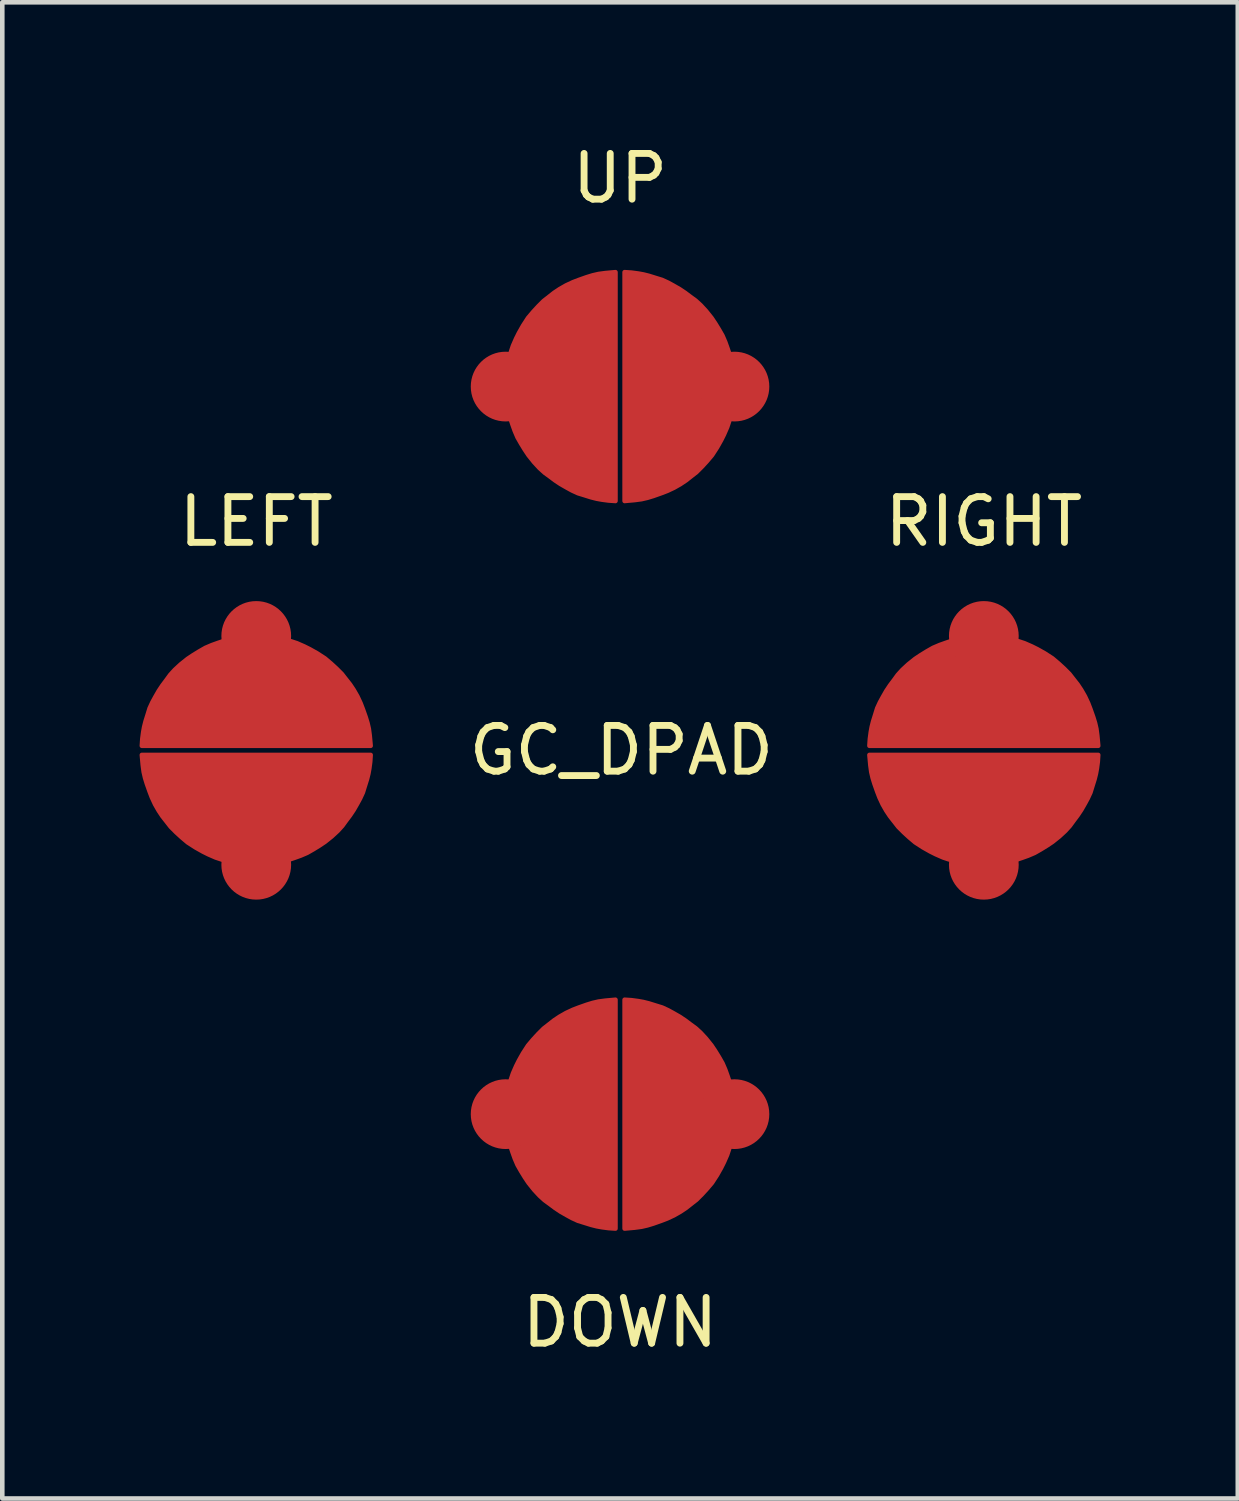
<source format=kicad_pcb>
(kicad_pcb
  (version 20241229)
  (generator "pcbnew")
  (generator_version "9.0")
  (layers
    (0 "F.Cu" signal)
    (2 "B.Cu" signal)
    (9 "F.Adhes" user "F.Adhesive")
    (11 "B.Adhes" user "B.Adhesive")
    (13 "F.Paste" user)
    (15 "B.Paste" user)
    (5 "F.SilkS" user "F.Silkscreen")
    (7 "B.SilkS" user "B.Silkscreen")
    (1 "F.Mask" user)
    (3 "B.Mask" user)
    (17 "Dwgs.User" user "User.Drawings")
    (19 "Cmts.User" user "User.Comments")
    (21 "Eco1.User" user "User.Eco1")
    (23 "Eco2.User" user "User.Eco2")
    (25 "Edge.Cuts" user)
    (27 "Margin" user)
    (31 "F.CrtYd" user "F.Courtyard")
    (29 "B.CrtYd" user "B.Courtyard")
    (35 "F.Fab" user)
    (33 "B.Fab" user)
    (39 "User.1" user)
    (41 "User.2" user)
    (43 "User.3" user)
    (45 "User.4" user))
  (footprint "GC_DPAD"
    (layer "F.Cu")
    (at 10.5 13.348)
    (property "Reference" "GC_DPAD" (at 0.03 0 0) (layer "F.SilkS") (effects (font (size 1 1) (thickness 0.15))))
    (attr through_hole)
    (fp_poly (pts (xy -10.45 -0.1) (xy -10.44 -0.25) (xy -10.42 -0.4) (xy -10.4 -0.51) (xy -10.37 -0.63) (xy -10.32 -0.79) (xy -10.28 -0.92) (xy -10.22 -1.05) (xy -10.16 -1.16) (xy -10.08 -1.3) (xy -10 -1.42) (xy -9.91 -1.54) (xy -9.83 -1.65) (xy -9.73 -1.76) (xy -9.6 -1.88) (xy -9.45 -2) (xy -9.33 -2.08) (xy -9.2 -2.16) (xy -9.06 -2.24) (xy -8.92 -2.3) (xy -8.78 -2.35) (xy -8.63 -2.4) (xy -8.46 -2.44) (xy -8.29 -2.47) (xy -8.19 -2.49) (xy -8.09 -2.5) (xy -7.95 -2.5) (xy -7.82 -2.5) (xy -7.59 -2.48) (xy -7.46 -2.45) (xy -7.32 -2.42) (xy -7.18 -2.38) (xy -7.06 -2.34) (xy -6.9 -2.27) (xy -6.78 -2.21) (xy -6.62 -2.12) (xy -6.45 -2.01) (xy -6.32 -1.9) (xy -6.2 -1.79) (xy -6.08 -1.67) (xy -6.01 -1.58) (xy -5.9 -1.44) (xy -5.82 -1.32) (xy -5.74 -1.18) (xy -5.67 -1.03) (xy -5.62 -0.9) (xy -5.56 -0.73) (xy -5.52 -0.6) (xy -5.49 -0.47) (xy -5.47 -0.32) (xy -5.46 -0.21) (xy -5.45 -0.1)) (stroke (width 0.1) (type solid)) (fill yes) (layer "F.Cu"))
    (fp_poly (pts (xy -5.45 0.1) (xy -5.46 0.25) (xy -5.48 0.4) (xy -5.5 0.51) (xy -5.53 0.63) (xy -5.58 0.79) (xy -5.62 0.92) (xy -5.68 1.05) (xy -5.74 1.16) (xy -5.82 1.3) (xy -5.9 1.42) (xy -5.99 1.54) (xy -6.07 1.65) (xy -6.17 1.76) (xy -6.3 1.88) (xy -6.45 2) (xy -6.57 2.08) (xy -6.7 2.16) (xy -6.84 2.24) (xy -6.98 2.3) (xy -7.12 2.35) (xy -7.27 2.4) (xy -7.44 2.44) (xy -7.61 2.47) (xy -7.71 2.49) (xy -7.81 2.5) (xy -7.95 2.5) (xy -8.08 2.5) (xy -8.31 2.48) (xy -8.44 2.45) (xy -8.58 2.42) (xy -8.72 2.38) (xy -8.84 2.34) (xy -9 2.27) (xy -9.12 2.21) (xy -9.28 2.12) (xy -9.45 2.01) (xy -9.58 1.9) (xy -9.7 1.79) (xy -9.82 1.67) (xy -9.89 1.58) (xy -10 1.44) (xy -10.08 1.32) (xy -10.16 1.18) (xy -10.23 1.03) (xy -10.28 0.9) (xy -10.34 0.73) (xy -10.38 0.6) (xy -10.41 0.47) (xy -10.43 0.32) (xy -10.44 0.21) (xy -10.45 0.1)) (stroke (width 0.1) (type solid)) (fill yes) (layer "F.Cu"))
    (fp_poly (pts (xy -0.1 -5.45) (xy -0.25 -5.46) (xy -0.4 -5.48) (xy -0.51 -5.5) (xy -0.63 -5.53) (xy -0.79 -5.58) (xy -0.92 -5.62) (xy -1.05 -5.68) (xy -1.16 -5.74) (xy -1.3 -5.82) (xy -1.42 -5.9) (xy -1.54 -5.99) (xy -1.65 -6.07) (xy -1.76 -6.17) (xy -1.88 -6.3) (xy -2 -6.45) (xy -2.08 -6.57) (xy -2.16 -6.7) (xy -2.24 -6.84) (xy -2.3 -6.98) (xy -2.35 -7.12) (xy -2.4 -7.27) (xy -2.44 -7.44) (xy -2.47 -7.61) (xy -2.49 -7.71) (xy -2.5 -7.81) (xy -2.5 -7.95) (xy -2.5 -8.08) (xy -2.48 -8.31) (xy -2.45 -8.44) (xy -2.42 -8.58) (xy -2.38 -8.72) (xy -2.34 -8.84) (xy -2.27 -9) (xy -2.21 -9.12) (xy -2.12 -9.28) (xy -2.01 -9.45) (xy -1.9 -9.58) (xy -1.79 -9.7) (xy -1.67 -9.82) (xy -1.58 -9.89) (xy -1.44 -10) (xy -1.32 -10.08) (xy -1.18 -10.16) (xy -1.03 -10.23) (xy -0.9 -10.28) (xy -0.73 -10.34) (xy -0.6 -10.38) (xy -0.47 -10.41) (xy -0.32 -10.43) (xy -0.21 -10.44) (xy -0.1 -10.45)) (stroke (width 0.1) (type solid)) (fill yes) (layer "F.Cu"))
    (fp_poly (pts (xy -0.1 10.45) (xy -0.25 10.44) (xy -0.4 10.42) (xy -0.51 10.4) (xy -0.63 10.37) (xy -0.79 10.32) (xy -0.92 10.28) (xy -1.05 10.22) (xy -1.16 10.16) (xy -1.3 10.08) (xy -1.42 10) (xy -1.54 9.91) (xy -1.65 9.83) (xy -1.76 9.73) (xy -1.88 9.6) (xy -2 9.45) (xy -2.08 9.33) (xy -2.16 9.2) (xy -2.24 9.06) (xy -2.3 8.92) (xy -2.35 8.78) (xy -2.4 8.63) (xy -2.44 8.46) (xy -2.47 8.29) (xy -2.49 8.19) (xy -2.5 8.09) (xy -2.5 7.95) (xy -2.5 7.82) (xy -2.48 7.59) (xy -2.45 7.46) (xy -2.42 7.32) (xy -2.38 7.18) (xy -2.34 7.06) (xy -2.27 6.9) (xy -2.21 6.78) (xy -2.12 6.62) (xy -2.01 6.45) (xy -1.9 6.32) (xy -1.79 6.2) (xy -1.67 6.08) (xy -1.58 6.01) (xy -1.44 5.9) (xy -1.32 5.82) (xy -1.18 5.74) (xy -1.03 5.67) (xy -0.9 5.62) (xy -0.73 5.56) (xy -0.6 5.52) (xy -0.47 5.49) (xy -0.32 5.47) (xy -0.21 5.46) (xy -0.1 5.45)) (stroke (width 0.1) (type solid)) (fill yes) (layer "F.Cu"))
    (fp_poly (pts (xy 0.1 -10.45) (xy 0.25 -10.44) (xy 0.4 -10.42) (xy 0.51 -10.4) (xy 0.63 -10.37) (xy 0.79 -10.32) (xy 0.92 -10.28) (xy 1.05 -10.22) (xy 1.16 -10.16) (xy 1.3 -10.08) (xy 1.42 -10) (xy 1.54 -9.91) (xy 1.65 -9.83) (xy 1.76 -9.73) (xy 1.88 -9.6) (xy 2 -9.45) (xy 2.08 -9.33) (xy 2.16 -9.2) (xy 2.24 -9.06) (xy 2.3 -8.92) (xy 2.35 -8.78) (xy 2.4 -8.63) (xy 2.44 -8.46) (xy 2.47 -8.29) (xy 2.49 -8.19) (xy 2.5 -8.09) (xy 2.5 -7.95) (xy 2.5 -7.82) (xy 2.48 -7.59) (xy 2.45 -7.46) (xy 2.42 -7.32) (xy 2.38 -7.18) (xy 2.34 -7.06) (xy 2.27 -6.9) (xy 2.21 -6.78) (xy 2.12 -6.62) (xy 2.01 -6.45) (xy 1.9 -6.32) (xy 1.79 -6.2) (xy 1.67 -6.08) (xy 1.58 -6.01) (xy 1.44 -5.9) (xy 1.32 -5.82) (xy 1.18 -5.74) (xy 1.03 -5.67) (xy 0.9 -5.62) (xy 0.73 -5.56) (xy 0.6 -5.52) (xy 0.47 -5.49) (xy 0.32 -5.47) (xy 0.21 -5.46) (xy 0.1 -5.45)) (stroke (width 0.1) (type solid)) (fill yes) (layer "F.Cu"))
    (fp_poly (pts (xy 0.1 5.45) (xy 0.25 5.46) (xy 0.4 5.48) (xy 0.51 5.5) (xy 0.63 5.53) (xy 0.79 5.58) (xy 0.92 5.62) (xy 1.05 5.68) (xy 1.16 5.74) (xy 1.3 5.82) (xy 1.42 5.9) (xy 1.54 5.99) (xy 1.65 6.07) (xy 1.76 6.17) (xy 1.88 6.3) (xy 2 6.45) (xy 2.08 6.57) (xy 2.16 6.7) (xy 2.24 6.84) (xy 2.3 6.98) (xy 2.35 7.12) (xy 2.4 7.27) (xy 2.44 7.44) (xy 2.47 7.61) (xy 2.49 7.71) (xy 2.5 7.81) (xy 2.5 7.95) (xy 2.5 8.08) (xy 2.48 8.31) (xy 2.45 8.44) (xy 2.42 8.58) (xy 2.38 8.72) (xy 2.34 8.84) (xy 2.27 9) (xy 2.21 9.12) (xy 2.12 9.28) (xy 2.01 9.45) (xy 1.9 9.58) (xy 1.79 9.7) (xy 1.67 9.82) (xy 1.58 9.89) (xy 1.44 10) (xy 1.32 10.08) (xy 1.18 10.16) (xy 1.03 10.23) (xy 0.9 10.28) (xy 0.73 10.34) (xy 0.6 10.38) (xy 0.47 10.41) (xy 0.32 10.43) (xy 0.21 10.44) (xy 0.1 10.45)) (stroke (width 0.1) (type solid)) (fill yes) (layer "F.Cu"))
    (fp_poly (pts (xy 5.45 -0.1) (xy 5.46 -0.25) (xy 5.48 -0.4) (xy 5.5 -0.51) (xy 5.53 -0.63) (xy 5.58 -0.79) (xy 5.62 -0.92) (xy 5.68 -1.05) (xy 5.74 -1.16) (xy 5.82 -1.3) (xy 5.9 -1.42) (xy 5.99 -1.54) (xy 6.07 -1.65) (xy 6.17 -1.76) (xy 6.3 -1.88) (xy 6.45 -2) (xy 6.57 -2.08) (xy 6.7 -2.16) (xy 6.84 -2.24) (xy 6.98 -2.3) (xy 7.12 -2.35) (xy 7.27 -2.4) (xy 7.44 -2.44) (xy 7.61 -2.47) (xy 7.71 -2.49) (xy 7.81 -2.5) (xy 7.95 -2.5) (xy 8.08 -2.5) (xy 8.31 -2.48) (xy 8.44 -2.45) (xy 8.58 -2.42) (xy 8.72 -2.38) (xy 8.84 -2.34) (xy 9 -2.27) (xy 9.12 -2.21) (xy 9.28 -2.12) (xy 9.45 -2.01) (xy 9.58 -1.9) (xy 9.7 -1.79) (xy 9.82 -1.67) (xy 9.89 -1.58) (xy 10 -1.44) (xy 10.08 -1.32) (xy 10.16 -1.18) (xy 10.23 -1.03) (xy 10.28 -0.9) (xy 10.34 -0.73) (xy 10.38 -0.6) (xy 10.41 -0.47) (xy 10.43 -0.32) (xy 10.44 -0.21) (xy 10.45 -0.1)) (stroke (width 0.1) (type solid)) (fill yes) (layer "F.Cu"))
    (fp_poly (pts (xy 10.45 0.1) (xy 10.44 0.25) (xy 10.42 0.4) (xy 10.4 0.51) (xy 10.37 0.63) (xy 10.32 0.79) (xy 10.28 0.92) (xy 10.22 1.05) (xy 10.16 1.16) (xy 10.08 1.3) (xy 10 1.42) (xy 9.91 1.54) (xy 9.83 1.65) (xy 9.73 1.76) (xy 9.6 1.88) (xy 9.45 2) (xy 9.33 2.08) (xy 9.2 2.16) (xy 9.06 2.24) (xy 8.92 2.3) (xy 8.78 2.35) (xy 8.63 2.4) (xy 8.46 2.44) (xy 8.29 2.47) (xy 8.19 2.49) (xy 8.09 2.5) (xy 7.95 2.5) (xy 7.82 2.5) (xy 7.59 2.48) (xy 7.46 2.45) (xy 7.32 2.42) (xy 7.18 2.38) (xy 7.06 2.34) (xy 6.9 2.27) (xy 6.78 2.21) (xy 6.62 2.12) (xy 6.45 2.01) (xy 6.32 1.9) (xy 6.2 1.79) (xy 6.08 1.67) (xy 6.01 1.58) (xy 5.9 1.44) (xy 5.82 1.32) (xy 5.74 1.18) (xy 5.67 1.03) (xy 5.62 0.9) (xy 5.56 0.73) (xy 5.52 0.6) (xy 5.49 0.47) (xy 5.47 0.32) (xy 5.46 0.21) (xy 5.45 0.1)) (stroke (width 0.1) (type solid)) (fill yes) (layer "F.Cu"))
    (fp_poly (pts (xy -10.45 -0.1) (xy -10.44 -0.25) (xy -10.42 -0.4) (xy -10.4 -0.51) (xy -10.37 -0.63) (xy -10.32 -0.79) (xy -10.28 -0.92) (xy -10.22 -1.05) (xy -10.16 -1.16) (xy -10.08 -1.3) (xy -10 -1.42) (xy -9.91 -1.54) (xy -9.83 -1.65) (xy -9.73 -1.76) (xy -9.6 -1.88) (xy -9.45 -2) (xy -9.33 -2.08) (xy -9.2 -2.16) (xy -9.06 -2.24) (xy -8.92 -2.3) (xy -8.78 -2.35) (xy -8.63 -2.4) (xy -8.46 -2.44) (xy -8.29 -2.47) (xy -8.19 -2.49) (xy -8.09 -2.5) (xy -7.95 -2.5) (xy -7.82 -2.5) (xy -7.59 -2.48) (xy -7.46 -2.45) (xy -7.32 -2.42) (xy -7.18 -2.38) (xy -7.06 -2.34) (xy -6.9 -2.27) (xy -6.78 -2.21) (xy -6.62 -2.12) (xy -6.45 -2.01) (xy -6.32 -1.9) (xy -6.2 -1.79) (xy -6.08 -1.67) (xy -6.01 -1.58) (xy -5.9 -1.44) (xy -5.82 -1.32) (xy -5.74 -1.18) (xy -5.67 -1.03) (xy -5.62 -0.9) (xy -5.56 -0.73) (xy -5.52 -0.6) (xy -5.49 -0.47) (xy -5.47 -0.32) (xy -5.46 -0.21) (xy -5.45 -0.1)) (stroke (width 0.1) (type solid)) (fill yes) (layer "F.Mask"))
    (fp_poly (pts (xy -5.45 0.1) (xy -5.46 0.25) (xy -5.48 0.4) (xy -5.5 0.51) (xy -5.53 0.63) (xy -5.58 0.79) (xy -5.62 0.92) (xy -5.68 1.05) (xy -5.74 1.16) (xy -5.82 1.3) (xy -5.9 1.42) (xy -5.99 1.54) (xy -6.07 1.65) (xy -6.17 1.76) (xy -6.3 1.88) (xy -6.45 2) (xy -6.57 2.08) (xy -6.7 2.16) (xy -6.84 2.24) (xy -6.98 2.3) (xy -7.12 2.35) (xy -7.27 2.4) (xy -7.44 2.44) (xy -7.61 2.47) (xy -7.71 2.49) (xy -7.81 2.5) (xy -7.95 2.5) (xy -8.08 2.5) (xy -8.31 2.48) (xy -8.44 2.45) (xy -8.58 2.42) (xy -8.72 2.38) (xy -8.84 2.34) (xy -9 2.27) (xy -9.12 2.21) (xy -9.28 2.12) (xy -9.45 2.01) (xy -9.58 1.9) (xy -9.7 1.79) (xy -9.82 1.67) (xy -9.89 1.58) (xy -10 1.44) (xy -10.08 1.32) (xy -10.16 1.18) (xy -10.23 1.03) (xy -10.28 0.9) (xy -10.34 0.73) (xy -10.38 0.6) (xy -10.41 0.47) (xy -10.43 0.32) (xy -10.44 0.21) (xy -10.45 0.1)) (stroke (width 0.1) (type solid)) (fill yes) (layer "F.Mask"))
    (fp_poly (pts (xy -0.1 -5.45) (xy -0.25 -5.46) (xy -0.4 -5.48) (xy -0.51 -5.5) (xy -0.63 -5.53) (xy -0.79 -5.58) (xy -0.92 -5.62) (xy -1.05 -5.68) (xy -1.16 -5.74) (xy -1.3 -5.82) (xy -1.42 -5.9) (xy -1.54 -5.99) (xy -1.65 -6.07) (xy -1.76 -6.17) (xy -1.88 -6.3) (xy -2 -6.45) (xy -2.08 -6.57) (xy -2.16 -6.7) (xy -2.24 -6.84) (xy -2.3 -6.98) (xy -2.35 -7.12) (xy -2.4 -7.27) (xy -2.44 -7.44) (xy -2.47 -7.61) (xy -2.49 -7.71) (xy -2.5 -7.81) (xy -2.5 -7.95) (xy -2.5 -8.08) (xy -2.48 -8.31) (xy -2.45 -8.44) (xy -2.42 -8.58) (xy -2.38 -8.72) (xy -2.34 -8.84) (xy -2.27 -9) (xy -2.21 -9.12) (xy -2.12 -9.28) (xy -2.01 -9.45) (xy -1.9 -9.58) (xy -1.79 -9.7) (xy -1.67 -9.82) (xy -1.58 -9.89) (xy -1.44 -10) (xy -1.32 -10.08) (xy -1.18 -10.16) (xy -1.03 -10.23) (xy -0.9 -10.28) (xy -0.73 -10.34) (xy -0.6 -10.38) (xy -0.47 -10.41) (xy -0.32 -10.43) (xy -0.21 -10.44) (xy -0.1 -10.45)) (stroke (width 0.1) (type solid)) (fill yes) (layer "F.Mask"))
    (fp_poly (pts (xy -0.1 10.45) (xy -0.25 10.44) (xy -0.4 10.42) (xy -0.51 10.4) (xy -0.63 10.37) (xy -0.79 10.32) (xy -0.92 10.28) (xy -1.05 10.22) (xy -1.16 10.16) (xy -1.3 10.08) (xy -1.42 10) (xy -1.54 9.91) (xy -1.65 9.83) (xy -1.76 9.73) (xy -1.88 9.6) (xy -2 9.45) (xy -2.08 9.33) (xy -2.16 9.2) (xy -2.24 9.06) (xy -2.3 8.92) (xy -2.35 8.78) (xy -2.4 8.63) (xy -2.44 8.46) (xy -2.47 8.29) (xy -2.49 8.19) (xy -2.5 8.09) (xy -2.5 7.95) (xy -2.5 7.82) (xy -2.48 7.59) (xy -2.45 7.46) (xy -2.42 7.32) (xy -2.38 7.18) (xy -2.34 7.06) (xy -2.27 6.9) (xy -2.21 6.78) (xy -2.12 6.62) (xy -2.01 6.45) (xy -1.9 6.32) (xy -1.79 6.2) (xy -1.67 6.08) (xy -1.58 6.01) (xy -1.44 5.9) (xy -1.32 5.82) (xy -1.18 5.74) (xy -1.03 5.67) (xy -0.9 5.62) (xy -0.73 5.56) (xy -0.6 5.52) (xy -0.47 5.49) (xy -0.32 5.47) (xy -0.21 5.46) (xy -0.1 5.45)) (stroke (width 0.1) (type solid)) (fill yes) (layer "F.Mask"))
    (fp_poly (pts (xy 0.1 -10.45) (xy 0.25 -10.44) (xy 0.4 -10.42) (xy 0.51 -10.4) (xy 0.63 -10.37) (xy 0.79 -10.32) (xy 0.92 -10.28) (xy 1.05 -10.22) (xy 1.16 -10.16) (xy 1.3 -10.08) (xy 1.42 -10) (xy 1.54 -9.91) (xy 1.65 -9.83) (xy 1.76 -9.73) (xy 1.88 -9.6) (xy 2 -9.45) (xy 2.08 -9.33) (xy 2.16 -9.2) (xy 2.24 -9.06) (xy 2.3 -8.92) (xy 2.35 -8.78) (xy 2.4 -8.63) (xy 2.44 -8.46) (xy 2.47 -8.29) (xy 2.49 -8.19) (xy 2.5 -8.09) (xy 2.5 -7.95) (xy 2.5 -7.82) (xy 2.48 -7.59) (xy 2.45 -7.46) (xy 2.42 -7.32) (xy 2.38 -7.18) (xy 2.34 -7.06) (xy 2.27 -6.9) (xy 2.21 -6.78) (xy 2.12 -6.62) (xy 2.01 -6.45) (xy 1.9 -6.32) (xy 1.79 -6.2) (xy 1.67 -6.08) (xy 1.58 -6.01) (xy 1.44 -5.9) (xy 1.32 -5.82) (xy 1.18 -5.74) (xy 1.03 -5.67) (xy 0.9 -5.62) (xy 0.73 -5.56) (xy 0.6 -5.52) (xy 0.47 -5.49) (xy 0.32 -5.47) (xy 0.21 -5.46) (xy 0.1 -5.45)) (stroke (width 0.1) (type solid)) (fill yes) (layer "F.Mask"))
    (fp_poly (pts (xy 0.1 5.45) (xy 0.25 5.46) (xy 0.4 5.48) (xy 0.51 5.5) (xy 0.63 5.53) (xy 0.79 5.58) (xy 0.92 5.62) (xy 1.05 5.68) (xy 1.16 5.74) (xy 1.3 5.82) (xy 1.42 5.9) (xy 1.54 5.99) (xy 1.65 6.07) (xy 1.76 6.17) (xy 1.88 6.3) (xy 2 6.45) (xy 2.08 6.57) (xy 2.16 6.7) (xy 2.24 6.84) (xy 2.3 6.98) (xy 2.35 7.12) (xy 2.4 7.27) (xy 2.44 7.44) (xy 2.47 7.61) (xy 2.49 7.71) (xy 2.5 7.81) (xy 2.5 7.95) (xy 2.5 8.08) (xy 2.48 8.31) (xy 2.45 8.44) (xy 2.42 8.58) (xy 2.38 8.72) (xy 2.34 8.84) (xy 2.27 9) (xy 2.21 9.12) (xy 2.12 9.28) (xy 2.01 9.45) (xy 1.9 9.58) (xy 1.79 9.7) (xy 1.67 9.82) (xy 1.58 9.89) (xy 1.44 10) (xy 1.32 10.08) (xy 1.18 10.16) (xy 1.03 10.23) (xy 0.9 10.28) (xy 0.73 10.34) (xy 0.6 10.38) (xy 0.47 10.41) (xy 0.32 10.43) (xy 0.21 10.44) (xy 0.1 10.45)) (stroke (width 0.1) (type solid)) (fill yes) (layer "F.Mask"))
    (fp_poly (pts (xy 5.45 -0.1) (xy 5.46 -0.25) (xy 5.48 -0.4) (xy 5.5 -0.51) (xy 5.53 -0.63) (xy 5.58 -0.79) (xy 5.62 -0.92) (xy 5.68 -1.05) (xy 5.74 -1.16) (xy 5.82 -1.3) (xy 5.9 -1.42) (xy 5.99 -1.54) (xy 6.07 -1.65) (xy 6.17 -1.76) (xy 6.3 -1.88) (xy 6.45 -2) (xy 6.57 -2.08) (xy 6.7 -2.16) (xy 6.84 -2.24) (xy 6.98 -2.3) (xy 7.12 -2.35) (xy 7.27 -2.4) (xy 7.44 -2.44) (xy 7.61 -2.47) (xy 7.71 -2.49) (xy 7.81 -2.5) (xy 7.95 -2.5) (xy 8.08 -2.5) (xy 8.31 -2.48) (xy 8.44 -2.45) (xy 8.58 -2.42) (xy 8.72 -2.38) (xy 8.84 -2.34) (xy 9 -2.27) (xy 9.12 -2.21) (xy 9.28 -2.12) (xy 9.45 -2.01) (xy 9.58 -1.9) (xy 9.7 -1.79) (xy 9.82 -1.67) (xy 9.89 -1.58) (xy 10 -1.44) (xy 10.08 -1.32) (xy 10.16 -1.18) (xy 10.23 -1.03) (xy 10.28 -0.9) (xy 10.34 -0.73) (xy 10.38 -0.6) (xy 10.41 -0.47) (xy 10.43 -0.32) (xy 10.44 -0.21) (xy 10.45 -0.1)) (stroke (width 0.1) (type solid)) (fill yes) (layer "F.Mask"))
    (fp_poly (pts (xy 10.45 0.1) (xy 10.44 0.25) (xy 10.42 0.4) (xy 10.4 0.51) (xy 10.37 0.63) (xy 10.32 0.79) (xy 10.28 0.92) (xy 10.22 1.05) (xy 10.16 1.16) (xy 10.08 1.3) (xy 10 1.42) (xy 9.91 1.54) (xy 9.83 1.65) (xy 9.73 1.76) (xy 9.6 1.88) (xy 9.45 2) (xy 9.33 2.08) (xy 9.2 2.16) (xy 9.06 2.24) (xy 8.92 2.3) (xy 8.78 2.35) (xy 8.63 2.4) (xy 8.46 2.44) (xy 8.29 2.47) (xy 8.19 2.49) (xy 8.09 2.5) (xy 7.95 2.5) (xy 7.82 2.5) (xy 7.59 2.48) (xy 7.46 2.45) (xy 7.32 2.42) (xy 7.18 2.38) (xy 7.06 2.34) (xy 6.9 2.27) (xy 6.78 2.21) (xy 6.62 2.12) (xy 6.45 2.01) (xy 6.32 1.9) (xy 6.2 1.79) (xy 6.08 1.67) (xy 6.01 1.58) (xy 5.9 1.44) (xy 5.82 1.32) (xy 5.74 1.18) (xy 5.67 1.03) (xy 5.62 0.9) (xy 5.56 0.73) (xy 5.52 0.6) (xy 5.49 0.47) (xy 5.47 0.32) (xy 5.46 0.21) (xy 5.45 0.1)) (stroke (width 0.1) (type solid)) (fill yes) (layer "F.Mask"))
    (fp_text user "LEFT" (at -7.95 -5 0) (layer "F.SilkS") (effects (font (size 1 1) (thickness 0.15))))
    (fp_text user "DOWN" (at 0 12.5 0) (layer "F.SilkS") (effects (font (size 1 1) (thickness 0.15))))
    (fp_text user "RIGHT" (at 7.95 -5 0) (layer "F.SilkS") (effects (font (size 1 1) (thickness 0.15))))
    (fp_text user "UP" (at 0 -12.5 0) (layer "F.SilkS") (effects (font (size 1 1) (thickness 0.15))))
    (pad "1" smd circle (at -7.95 2.5) (size 1.524 1.524) (layers "F.Cu" "F.Mask"))
    (pad "1" smd circle (at 2.5 -7.95) (size 1.524 1.524) (layers "F.Cu" "F.Mask"))
    (pad "1" smd circle (at 2.5 7.95) (size 1.524 1.524) (layers "F.Cu" "F.Mask"))
    (pad "1" smd circle (at 7.95 2.5) (size 1.524 1.524) (layers "F.Cu" "F.Mask"))
    (pad "2" smd circle (at -2.5 -7.95) (size 1.524 1.524) (layers "F.Cu" "F.Mask"))
    (pad "3" smd circle (at -7.95 -2.5) (size 1.524 1.524) (layers "F.Cu" "F.Mask"))
    (pad "4" smd circle (at 7.95 -2.5) (size 1.524 1.524) (layers "F.Cu" "F.Mask"))
    (pad "5" smd circle (at -2.5 7.95) (size 1.524 1.524) (layers "F.Cu" "F.Mask")))
  (gr_rect
    (start -3 -3)
    (end 24 29.697)
    (stroke (width 0.1) (type default))
    (fill no)
    (layer "Edge.Cuts")))
</source>
